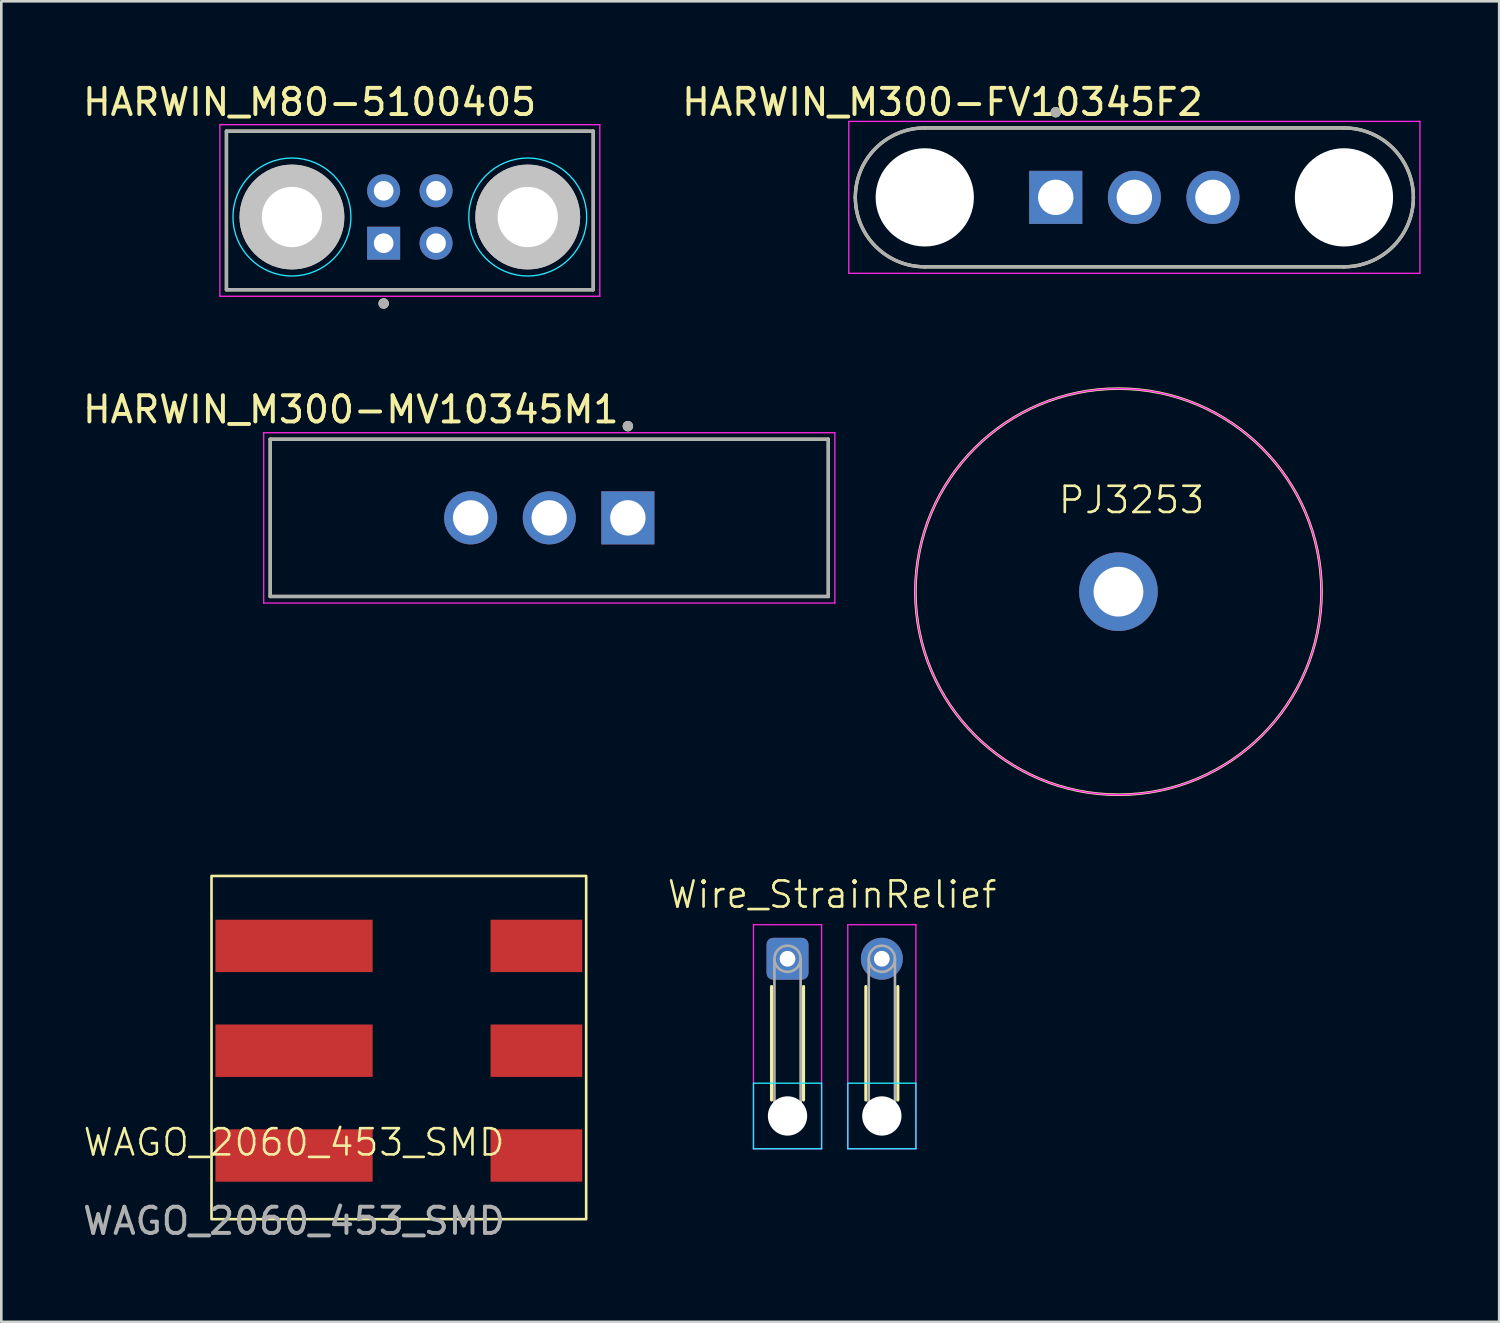
<source format=kicad_pcb>
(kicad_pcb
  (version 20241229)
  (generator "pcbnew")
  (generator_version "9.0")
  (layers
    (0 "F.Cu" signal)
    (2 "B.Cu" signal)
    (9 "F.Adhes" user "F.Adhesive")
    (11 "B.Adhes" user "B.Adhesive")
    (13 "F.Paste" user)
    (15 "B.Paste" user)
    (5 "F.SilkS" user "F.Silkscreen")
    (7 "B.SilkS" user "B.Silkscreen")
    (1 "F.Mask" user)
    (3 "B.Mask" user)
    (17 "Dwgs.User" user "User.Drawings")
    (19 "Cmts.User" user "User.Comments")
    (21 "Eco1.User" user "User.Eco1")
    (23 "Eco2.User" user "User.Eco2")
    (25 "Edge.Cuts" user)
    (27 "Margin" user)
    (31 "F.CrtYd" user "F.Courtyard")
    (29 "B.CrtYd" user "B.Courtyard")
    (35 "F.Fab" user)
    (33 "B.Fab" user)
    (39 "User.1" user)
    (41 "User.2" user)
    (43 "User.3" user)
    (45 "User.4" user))
  (footprint "HARWIN_M300-MV10345M1"
    (layer "F.Cu")
    (at 17.914 16.716)
    (property "Reference" "HARWIN_M300-MV10345M1" (at -7.575 -4.135 0) (layer "F.SilkS") (effects (font (size 1 1) (thickness 0.15))))
    (attr through_hole)
    (fp_line (start -10.65 -3) (end -10.65 3) (stroke (width 0.127) (type solid)) (layer "F.SilkS"))
    (fp_line (start -10.65 -3) (end 10.65 -3) (stroke (width 0.127) (type solid)) (layer "F.SilkS"))
    (fp_line (start 10.65 3) (end -10.65 3) (stroke (width 0.127) (type solid)) (layer "F.SilkS"))
    (fp_line (start 10.65 3) (end 10.65 -3) (stroke (width 0.127) (type solid)) (layer "F.SilkS"))
    (fp_circle (center 3 -3.5) (end 3.1 -3.5) (stroke (width 0.2) (type solid)) (fill no) (layer "F.SilkS"))
    (fp_line (start -10.9 -3.25) (end 10.9 -3.25) (stroke (width 0.05) (type solid)) (layer "F.CrtYd"))
    (fp_line (start -10.9 3.25) (end -10.9 -3.25) (stroke (width 0.05) (type solid)) (layer "F.CrtYd"))
    (fp_line (start 10.9 -3.25) (end 10.9 3.25) (stroke (width 0.05) (type solid)) (layer "F.CrtYd"))
    (fp_line (start 10.9 3.25) (end -10.9 3.25) (stroke (width 0.05) (type solid)) (layer "F.CrtYd"))
    (fp_line (start -10.65 -3) (end -10.65 3) (stroke (width 0.127) (type solid)) (layer "F.Fab"))
    (fp_line (start -10.65 -3) (end 10.65 -3) (stroke (width 0.127) (type solid)) (layer "F.Fab"))
    (fp_line (start 10.65 3) (end -10.65 3) (stroke (width 0.127) (type solid)) (layer "F.Fab"))
    (fp_line (start 10.65 3) (end 10.65 -3) (stroke (width 0.127) (type solid)) (layer "F.Fab"))
    (fp_circle (center 3 -3.5) (end 3.1 -3.5) (stroke (width 0.2) (type solid)) (fill no) (layer "F.Fab"))
    (pad "1" thru_hole rect (at 3 0) (size 2.025 2.025) (drill 1.35) (layers "*.Cu" "*.Mask"))
    (pad "2" thru_hole circle (at 0 0) (size 2.025 2.025) (drill 1.35) (layers "*.Cu" "*.Mask"))
    (pad "3" thru_hole circle (at -3 0) (size 2.025 2.025) (drill 1.35) (layers "*.Cu" "*.Mask")))
  (footprint "PJ3253"
    (layer "F.Cu")
    (at 39.639 22.033)
    (property "Reference" "PJ3253" (at 0.5 -6 0) (unlocked yes) (layer "F.SilkS") (effects (font (size 1 1) (thickness 0.1))))
    (attr through_hole)
    (fp_circle (center 0 -2.5) (end 7.75 -2.5) (stroke (width 0.1) (type default)) (fill no) (layer "F.SilkS"))
    (fp_circle (center 0 -2.5) (end -7.75 -2.5) (stroke (width 0.05) (type default)) (fill no) (layer "F.CrtYd"))
    (pad "1" thru_hole circle (at 0 -2.5) (size 3 3) (drill 1.9) (layers "*.Cu" "*.Mask")))
  (footprint "HARWIN_M80-5100405"
    (layer "F.Cu")
    (at 12.593 5.233)
    (property "Reference" "HARWIN_M80-5100405" (at -3.825 -4.385 0) (layer "F.SilkS") (effects (font (size 1 1) (thickness 0.15))))
    (attr through_hole)
    (fp_line (start -7 -3.275) (end 7 -3.275) (stroke (width 0.127) (type solid)) (layer "F.SilkS"))
    (fp_line (start -7 2.775) (end -7 -3.275) (stroke (width 0.127) (type solid)) (layer "F.SilkS"))
    (fp_line (start 7 -3.275) (end 7 2.775) (stroke (width 0.127) (type solid)) (layer "F.SilkS"))
    (fp_line (start 7 2.775) (end -7 2.775) (stroke (width 0.127) (type solid)) (layer "F.SilkS"))
    (fp_circle (center -1 3.3) (end -0.9 3.3) (stroke (width 0.2) (type solid)) (fill no) (layer "F.SilkS"))
    (fp_circle (center -4.5 0) (end -3.5 0) (stroke (width 2) (type solid)) (fill no) (layer "Dwgs.User"))
    (fp_circle (center -4.5 0) (end -3.5 0) (stroke (width 2) (type solid)) (fill no) (layer "Dwgs.User"))
    (fp_circle (center 4.5 0) (end 5.5 0) (stroke (width 2) (type solid)) (fill no) (layer "Dwgs.User"))
    (fp_circle (center 4.5 0) (end 5.5 0) (stroke (width 2) (type solid)) (fill no) (layer "Dwgs.User"))
    (fp_circle (center -4.5 0) (end -2.25 0) (stroke (width 0.05) (type solid)) (fill no) (layer "B.CrtYd"))
    (fp_circle (center 4.5 0) (end 6.75 0) (stroke (width 0.05) (type solid)) (fill no) (layer "B.CrtYd"))
    (fp_line (start -7.25 -3.525) (end -7.25 3.025) (stroke (width 0.05) (type solid)) (layer "F.CrtYd"))
    (fp_line (start -7.25 3.025) (end 7.25 3.025) (stroke (width 0.05) (type solid)) (layer "F.CrtYd"))
    (fp_line (start 7.25 -3.525) (end -7.25 -3.525) (stroke (width 0.05) (type solid)) (layer "F.CrtYd"))
    (fp_line (start 7.25 3.025) (end 7.25 -3.525) (stroke (width 0.05) (type solid)) (layer "F.CrtYd"))
    (fp_line (start -7 -3.275) (end 7 -3.275) (stroke (width 0.127) (type solid)) (layer "F.Fab"))
    (fp_line (start -7 2.775) (end -7 -3.275) (stroke (width 0.127) (type solid)) (layer "F.Fab"))
    (fp_line (start 7 -3.275) (end 7 2.775) (stroke (width 0.127) (type solid)) (layer "F.Fab"))
    (fp_line (start 7 2.775) (end -7 2.775) (stroke (width 0.127) (type solid)) (layer "F.Fab"))
    (fp_circle (center -1 3.3) (end -0.9 3.3) (stroke (width 0.2) (type solid)) (fill no) (layer "F.Fab"))
    (pad "" np_thru_hole circle (at -4.5 0) (size 2.3 2.3) (drill 2.3) (layers "*.Cu" "*.Mask"))
    (pad "" np_thru_hole circle (at 4.5 0) (size 2.3 2.3) (drill 2.3) (layers "*.Cu" "*.Mask"))
    (pad "1" thru_hole rect (at -1 1) (size 1.258 1.258) (drill 0.75) (layers "*.Cu" "*.Mask"))
    (pad "2" thru_hole circle (at 1 1) (size 1.258 1.258) (drill 0.75) (layers "*.Cu" "*.Mask"))
    (pad "3" thru_hole circle (at -1 -1) (size 1.258 1.258) (drill 0.75) (layers "*.Cu" "*.Mask"))
    (pad "4" thru_hole circle (at 1 -1) (size 1.258 1.258) (drill 0.75) (layers "*.Cu" "*.Mask")))
  (footprint "HARWIN_M300-FV10345F2"
    (layer "F.Cu")
    (at 40.246 4.483)
    (property "Reference" "HARWIN_M300-FV10345F2" (at -7.325 -3.635 0) (layer "F.SilkS") (effects (font (size 1 1) (thickness 0.15))))
    (attr through_hole)
    (fp_line (start -8 -2.65) (end 8 -2.65) (stroke (width 0.127) (type solid)) (layer "F.SilkS"))
    (fp_line (start 8 2.65) (end -8 2.65) (stroke (width 0.127) (type solid)) (layer "F.SilkS"))
    (fp_arc (start -10.65 0) (mid -9.873833 -1.873833) (end -8 -2.65) (stroke (width 0.127) (type solid)) (layer "F.SilkS"))
    (fp_arc (start -8 2.65) (mid -9.873833 1.873833) (end -10.65 0) (stroke (width 0.127) (type solid)) (layer "F.SilkS"))
    (fp_arc (start 8 -2.65) (mid 9.873833 -1.873833) (end 10.65 0) (stroke (width 0.127) (type solid)) (layer "F.SilkS"))
    (fp_arc (start 10.65 0) (mid 9.873833 1.873833) (end 8 2.65) (stroke (width 0.127) (type solid)) (layer "F.SilkS"))
    (fp_circle (center -3 -3.25) (end -2.9 -3.25) (stroke (width 0.2) (type solid)) (fill no) (layer "F.SilkS"))
    (fp_line (start -10.9 -2.9) (end 10.9 -2.9) (stroke (width 0.05) (type solid)) (layer "F.CrtYd"))
    (fp_line (start -10.9 2.9) (end -10.9 -2.9) (stroke (width 0.05) (type solid)) (layer "F.CrtYd"))
    (fp_line (start 10.9 -2.9) (end 10.9 2.9) (stroke (width 0.05) (type solid)) (layer "F.CrtYd"))
    (fp_line (start 10.9 2.9) (end -10.9 2.9) (stroke (width 0.05) (type solid)) (layer "F.CrtYd"))
    (fp_line (start -8 -2.65) (end 8 -2.65) (stroke (width 0.127) (type solid)) (layer "F.Fab"))
    (fp_line (start 8 2.65) (end -8 2.65) (stroke (width 0.127) (type solid)) (layer "F.Fab"))
    (fp_arc (start -10.65 0) (mid -9.873833 -1.873833) (end -8 -2.65) (stroke (width 0.127) (type solid)) (layer "F.Fab"))
    (fp_arc (start -8 2.65) (mid -9.873833 1.873833) (end -10.65 0) (stroke (width 0.127) (type solid)) (layer "F.Fab"))
    (fp_arc (start 8 -2.65) (mid 9.873833 -1.873833) (end 10.65 0) (stroke (width 0.127) (type solid)) (layer "F.Fab"))
    (fp_arc (start 10.65 0) (mid 9.873833 1.873833) (end 8 2.65) (stroke (width 0.127) (type solid)) (layer "F.Fab"))
    (fp_circle (center -3 -3.25) (end -2.9 -3.25) (stroke (width 0.2) (type solid)) (fill no) (layer "F.Fab"))
    (pad "" np_thru_hole circle (at -8 0) (size 3.75 3.75) (drill 3.75) (layers "*.Cu" "*.Mask"))
    (pad "" np_thru_hole circle (at 8 0) (size 3.75 3.75) (drill 3.75) (layers "*.Cu" "*.Mask"))
    (pad "1" thru_hole rect (at -3 0) (size 2.025 2.025) (drill 1.35) (layers "*.Cu" "*.Mask"))
    (pad "2" thru_hole circle (at 0 0) (size 2.025 2.025) (drill 1.35) (layers "*.Cu" "*.Mask"))
    (pad "3" thru_hole circle (at 3 0) (size 2.025 2.025) (drill 1.35) (layers "*.Cu" "*.Mask")))
  (footprint "WAGO_2060_453_SMD"
    (layer "F.Cu")
    (at 8.173 41.053)
    (property "Reference" "WAGO_2060_453_SMD" (at 0 -0.5 0) (unlocked yes) (layer "F.SilkS") (effects (font (size 1 1) (thickness 0.1))))
    (attr board_only exclude_from_pos_files exclude_from_bom)
    (fp_rect (start -3.15 -10.67) (end 11.15 2.43) (stroke (width 0.1) (type default)) (fill no) (layer "F.SilkS"))
    (fp_text user "${REFERENCE}" (at 0 2.5 0) (unlocked yes) (layer "F.Fab") (effects (font (size 1 1) (thickness 0.15))))
    (pad "1" smd rect (at 0 -8) (size 6 2) (layers "F.Cu" "F.Mask" "F.Paste"))
    (pad "1" smd rect (at 9.25 -8) (size 3.5 2) (layers "F.Cu" "F.Mask" "F.Paste"))
    (pad "2" smd rect (at 0 -4) (size 6 2) (layers "F.Cu" "F.Mask" "F.Paste"))
    (pad "2" smd rect (at 9.25 -4) (size 3.5 2) (layers "F.Cu" "F.Mask" "F.Paste"))
    (pad "3" smd rect (at 0 0) (size 6 2) (layers "F.Cu" "F.Mask" "F.Paste"))
    (pad "3" smd rect (at 9.25 0) (size 3.5 2) (layers "F.Cu" "F.Mask" "F.Paste")))
  (footprint "Wire_StrainRelief"
    (layer "F.Cu")
    (at 28.808 36.694)
    (property "Reference" "Wire_StrainRelief" (at -0.1 -5.6 0) (unlocked yes) (layer "F.SilkS") (effects (font (size 1 1) (thickness 0.1))))
    (attr through_hole exclude_from_pos_files exclude_from_bom)
    (fp_line (start -2.41 -2.09) (end -2.41 2.24) (stroke (width 0.12) (type solid)) (layer "F.SilkS"))
    (fp_line (start -1.19 -2.09) (end -1.19 2.24) (stroke (width 0.12) (type solid)) (layer "F.SilkS"))
    (fp_line (start 1.19 -2.09) (end 1.19 2.24) (stroke (width 0.12) (type solid)) (layer "F.SilkS"))
    (fp_line (start 2.41 -2.09) (end 2.41 2.24) (stroke (width 0.12) (type solid)) (layer "F.SilkS"))
    (fp_line (start -3.1 1.6) (end -3.1 4.1) (stroke (width 0.05) (type solid)) (layer "B.CrtYd"))
    (fp_line (start -3.1 4.1) (end -0.5 4.1) (stroke (width 0.05) (type solid)) (layer "B.CrtYd"))
    (fp_line (start -0.5 1.6) (end -3.1 1.6) (stroke (width 0.05) (type solid)) (layer "B.CrtYd"))
    (fp_line (start -0.5 4.1) (end -0.5 1.6) (stroke (width 0.05) (type solid)) (layer "B.CrtYd"))
    (fp_line (start 0.5 1.6) (end 0.5 4.1) (stroke (width 0.05) (type solid)) (layer "B.CrtYd"))
    (fp_line (start 0.5 4.1) (end 3.1 4.1) (stroke (width 0.05) (type solid)) (layer "B.CrtYd"))
    (fp_line (start 3.1 1.6) (end 0.5 1.6) (stroke (width 0.05) (type solid)) (layer "B.CrtYd"))
    (fp_line (start 3.1 4.1) (end 3.1 1.6) (stroke (width 0.05) (type solid)) (layer "B.CrtYd"))
    (fp_line (start -3.1 -4.45) (end -3.1 4.1) (stroke (width 0.05) (type solid)) (layer "F.CrtYd"))
    (fp_line (start -3.1 4.1) (end -0.5 4.1) (stroke (width 0.05) (type solid)) (layer "F.CrtYd"))
    (fp_line (start -0.5 -4.45) (end -3.1 -4.45) (stroke (width 0.05) (type solid)) (layer "F.CrtYd"))
    (fp_line (start -0.5 4.1) (end -0.5 -4.45) (stroke (width 0.05) (type solid)) (layer "F.CrtYd"))
    (fp_line (start 0.5 -4.45) (end 0.5 4.1) (stroke (width 0.05) (type solid)) (layer "F.CrtYd"))
    (fp_line (start 0.5 4.1) (end 3.1 4.1) (stroke (width 0.05) (type solid)) (layer "F.CrtYd"))
    (fp_line (start 3.1 -4.45) (end 0.5 -4.45) (stroke (width 0.05) (type solid)) (layer "F.CrtYd"))
    (fp_line (start 3.1 4.1) (end 3.1 -4.45) (stroke (width 0.05) (type solid)) (layer "F.CrtYd"))
    (fp_line (start -2.3 -3.15) (end -2.3 2.85) (stroke (width 0.1) (type solid)) (layer "F.Fab"))
    (fp_line (start -1.3 -3.15) (end -1.3 2.85) (stroke (width 0.1) (type solid)) (layer "F.Fab"))
    (fp_line (start 1.3 -3.15) (end 1.3 2.85) (stroke (width 0.1) (type solid)) (layer "F.Fab"))
    (fp_line (start 2.3 -3.15) (end 2.3 2.85) (stroke (width 0.1) (type solid)) (layer "F.Fab"))
    (fp_circle (center -1.8 -3.15) (end -1.3 -3.15) (stroke (width 0.1) (type solid)) (fill no) (layer "F.Fab"))
    (fp_circle (center -1.8 2.85) (end -1.3 2.85) (stroke (width 0.1) (type solid)) (fill no) (layer "F.Fab"))
    (fp_circle (center 1.8 -3.15) (end 2.3 -3.15) (stroke (width 0.1) (type solid)) (fill no) (layer "F.Fab"))
    (fp_circle (center 1.8 2.85) (end 2.3 2.85) (stroke (width 0.1) (type solid)) (fill no) (layer "F.Fab"))
    (pad "" np_thru_hole circle (at -1.8 2.85) (size 1.5 1.5) (drill 1.5) (layers "*.Cu" "*.Mask"))
    (pad "" np_thru_hole circle (at 1.8 2.85) (size 1.5 1.5) (drill 1.5) (layers "*.Cu" "*.Mask"))
    (pad "1" thru_hole roundrect (at -1.8 -3.15) (size 1.6 1.6) (drill 0.6) (layers "*.Cu" "*.Mask") (roundrect_rratio 0.156))
    (pad "2" thru_hole circle (at 1.8 -3.15) (size 1.6 1.6) (drill 0.6) (layers "*.Cu" "*.Mask")))
  (gr_rect
    (start -3 -3)
    (end 54.171 47.401)
    (stroke (width 0.1) (type default))
    (fill no)
    (layer "Edge.Cuts")))
</source>
